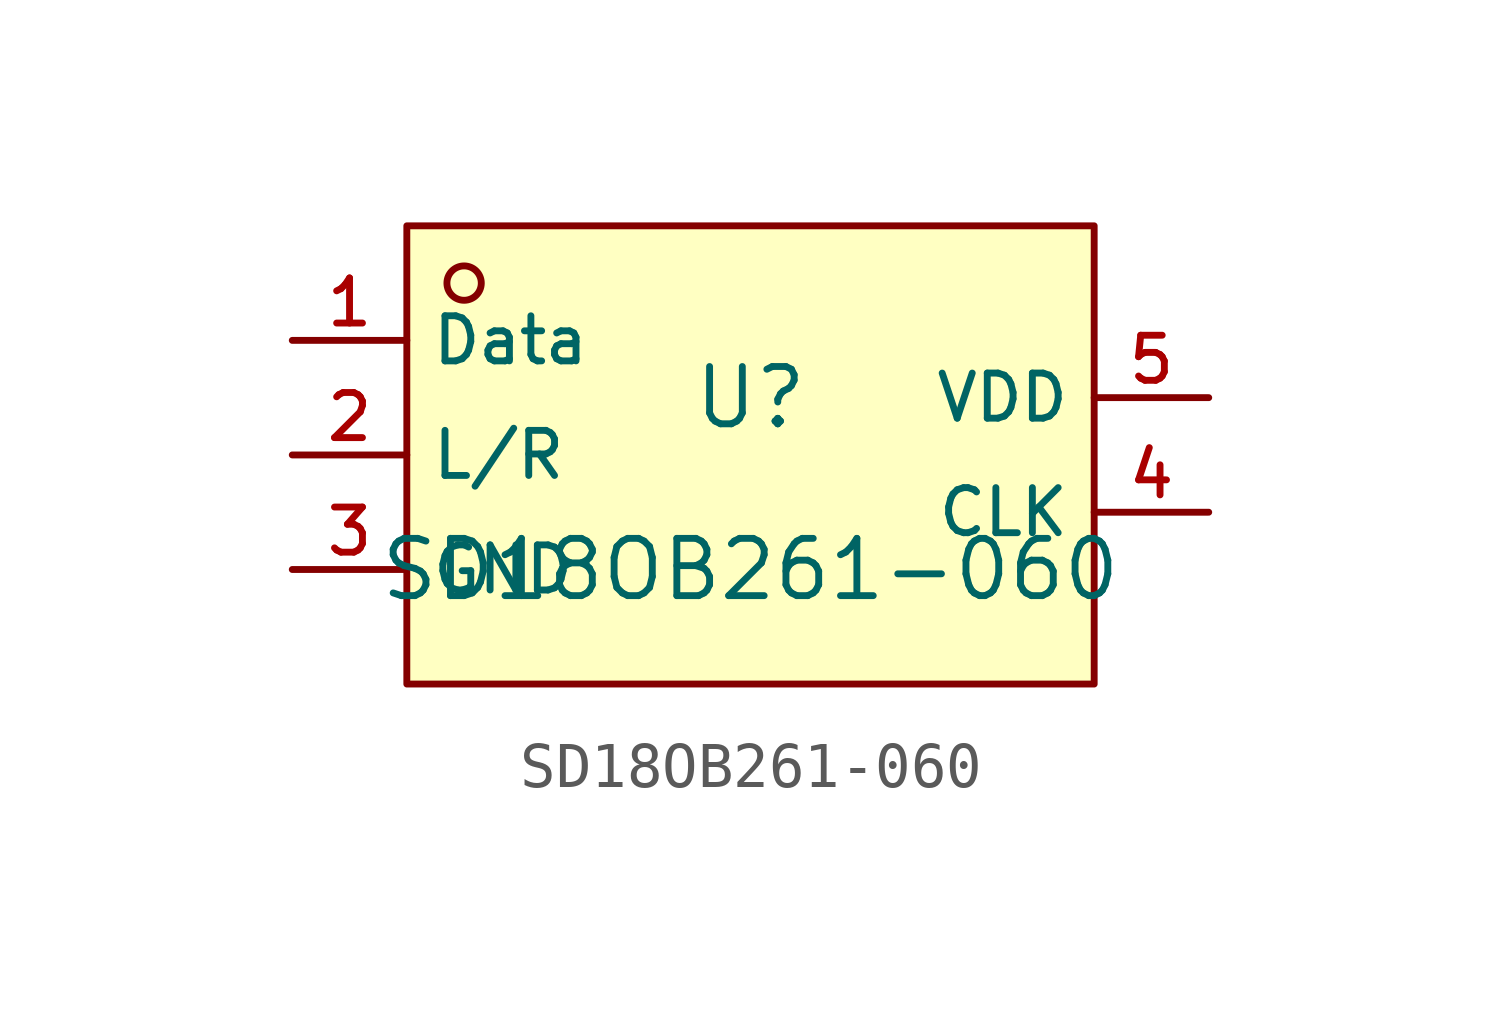
<source format=kicad_sym>
(kicad_symbol_lib
  (version 20210201)
  (generator TousstNicolas/JLC2KiCad_lib)
  (symbol "SD18OB261-060"
    (property "Reference" "U"
      (at 0 1.27 0)
      (effects (font (size 1.27 1.27))))
    (property "Value" "SD18OB261-060"
      (at 0 -2.54 0)
      (effects (font (size 1.27 1.27))))
    (symbol "SD18OB261-060_0_1"
      (rectangle (start -7.62 5.08) (end 7.62 -5.08) (stroke (width 0) (type default) (color 0 0 0 0)) (fill (type background)))
      (circle (center -6.35 3.81) (radius 0.381) (stroke (width 0) (type default) (color 0 0 0 0)) (fill (type background)))
      (pin unspecified line (at -10.16 2.54 0) (length 2.54) (name "Data" (effects (font (size 1 1)))) (number "1" (effects (font (size 1 1)))))
      (pin unspecified line (at -10.16 -0.0 0) (length 2.54) (name "L/R" (effects (font (size 1 1)))) (number "2" (effects (font (size 1 1)))))
      (pin unspecified line (at -10.16 -2.54 0) (length 2.54) (name "GND" (effects (font (size 1 1)))) (number "3" (effects (font (size 1 1)))))
      (pin unspecified line (at 10.16 -1.27 180) (length 2.54) (name "CLK" (effects (font (size 1 1)))) (number "4" (effects (font (size 1 1)))))
      (pin unspecified line (at 10.16 1.27 180) (length 2.54) (name "VDD" (effects (font (size 1 1)))) (number "5" (effects (font (size 1 1))))))))
</source>
